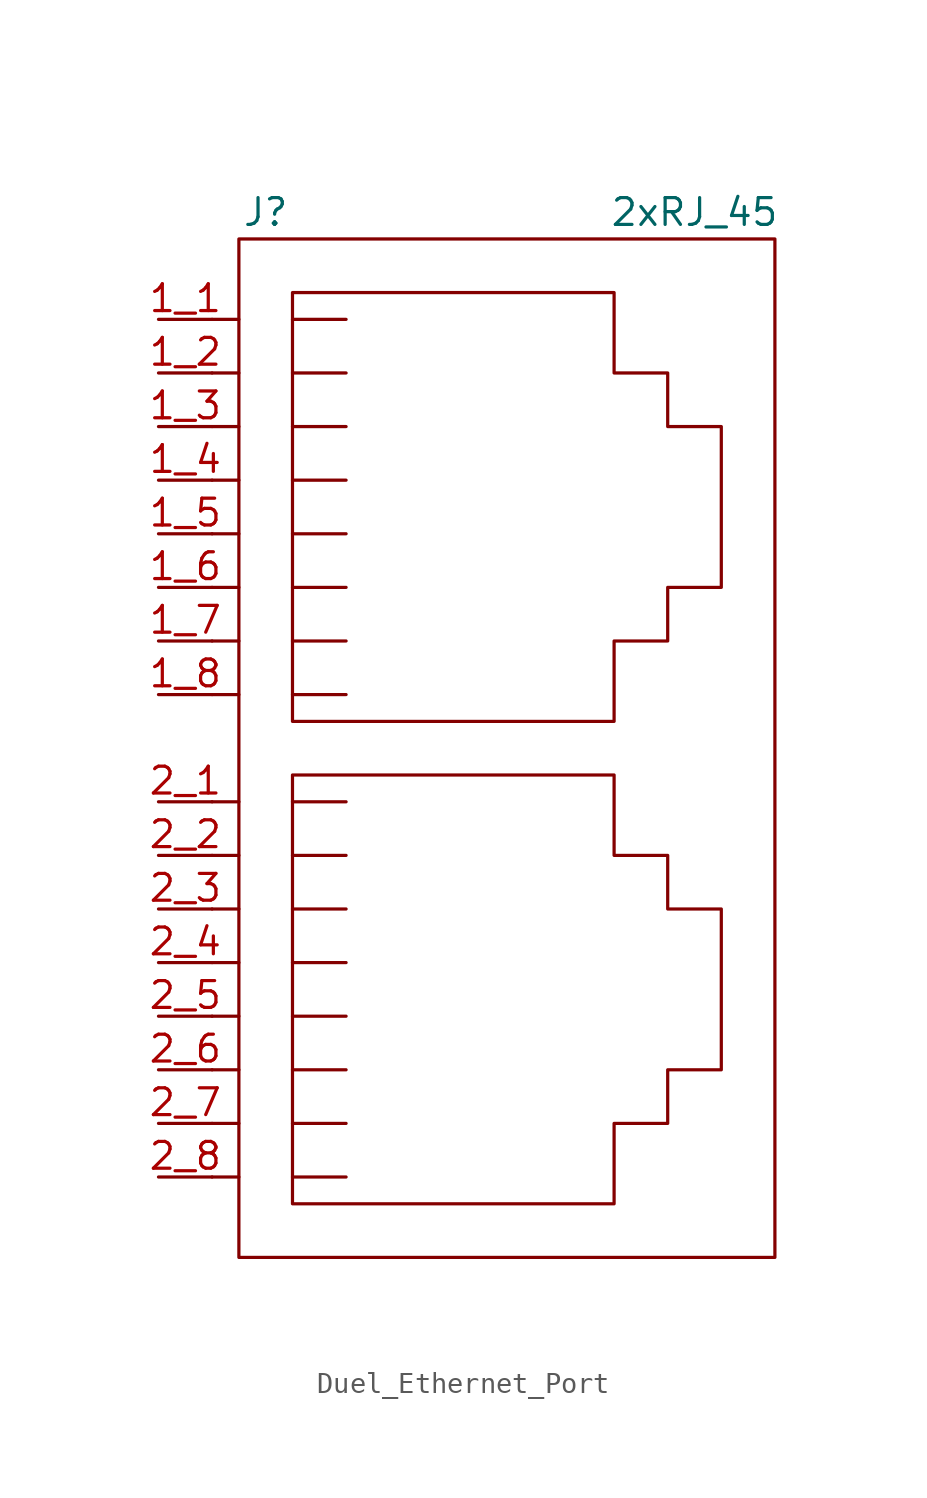
<source format=kicad_sym>
(kicad_symbol_lib
  (version 20220914)
  (generator kicad_symbol_editor)
  (symbol "Duel_Ethernet_Port"
    (property "Reference" "J"
      (at 3.81 3.81 0)
      (effects (font (size 1.27 1.27))))
    (property "Value" "2xRJ_45"
      (at 24.13 3.81 0)
      (effects (font (size 1.27 1.27))))
    (symbol "Duel_Ethernet_Port_0_0"
      (pin passive line (at -1.27 -3.81 0) (length 2.54) (name "" (effects (font (size 1.27 1.27)))) (number "1_2" (effects (font (size 1.27 1.27)))))
      (pin passive line (at -1.27 -26.67 0) (length 2.54) (name "" (effects (font (size 1.27 1.27)))) (number "2_2" (effects (font (size 1.27 1.27))))))
    (symbol "Duel_Ethernet_Port_0_1"
      (polyline (pts (xy 1.27 -41.91) (xy 2.54 -41.91)) (stroke (width 0) (type default)) (fill (type none)))
      (polyline (pts (xy 1.27 -39.37) (xy 2.54 -39.37)) (stroke (width 0) (type default)) (fill (type none)))
      (polyline (pts (xy 1.27 -36.83) (xy 2.54 -36.83)) (stroke (width 0) (type default)) (fill (type none)))
      (polyline (pts (xy 1.27 -34.29) (xy 2.54 -34.29)) (stroke (width 0) (type default)) (fill (type none)))
      (polyline (pts (xy 1.27 -31.75) (xy 2.54 -31.75)) (stroke (width 0) (type default)) (fill (type none)))
      (polyline (pts (xy 1.27 -29.21) (xy 2.54 -29.21)) (stroke (width 0) (type default)) (fill (type none)))
      (polyline (pts (xy 1.27 -26.67) (xy 2.54 -26.67)) (stroke (width 0) (type default)) (fill (type none)))
      (polyline (pts (xy 1.27 -24.13) (xy 2.54 -24.13)) (stroke (width 0) (type default)) (fill (type none)))
      (polyline (pts (xy 1.27 -19.05) (xy 2.54 -19.05)) (stroke (width 0) (type default)) (fill (type none)))
      (polyline (pts (xy 1.27 -16.51) (xy 2.54 -16.51)) (stroke (width 0) (type default)) (fill (type none)))
      (polyline (pts (xy 1.27 -13.97) (xy 2.54 -13.97)) (stroke (width 0) (type default)) (fill (type none)))
      (polyline (pts (xy 1.27 -11.43) (xy 2.54 -11.43)) (stroke (width 0) (type default)) (fill (type none)))
      (polyline (pts (xy 1.27 -8.89) (xy 2.54 -8.89)) (stroke (width 0) (type default)) (fill (type none)))
      (polyline (pts (xy 1.27 -6.35) (xy 2.54 -6.35)) (stroke (width 0) (type default)) (fill (type none)))
      (polyline (pts (xy 1.27 -3.81) (xy 2.54 -3.81)) (stroke (width 0) (type default)) (fill (type none)))
      (polyline (pts (xy 1.27 -1.27) (xy 2.54 -1.27)) (stroke (width 0) (type default)) (fill (type none)))
      (polyline (pts (xy 5.08 -39.37) (xy 7.62 -39.37)) (stroke (width 0) (type default)) (fill (type none)))
      (polyline (pts (xy 5.08 -34.29) (xy 7.62 -34.29)) (stroke (width 0) (type default)) (fill (type none)))
      (polyline (pts (xy 5.08 -29.21) (xy 7.62 -29.21)) (stroke (width 0) (type default)) (fill (type none)))
      (polyline (pts (xy 5.08 -24.13) (xy 7.62 -24.13)) (stroke (width 0) (type default)) (fill (type none)))
      (polyline (pts (xy 5.08 -16.51) (xy 7.62 -16.51)) (stroke (width 0) (type default)) (fill (type none)))
      (polyline (pts (xy 5.08 -11.43) (xy 7.62 -11.43)) (stroke (width 0) (type default)) (fill (type none)))
      (polyline (pts (xy 5.08 -6.35) (xy 7.62 -6.35)) (stroke (width 0) (type default)) (fill (type none)))
      (polyline (pts (xy 5.08 -1.27) (xy 7.62 -1.27)) (stroke (width 0) (type default)) (fill (type none)))
      (polyline (pts (xy 5.08 -41.91) (xy 7.62 -41.91) (xy 7.62 -41.91)) (stroke (width 0) (type default)) (fill (type none)))
      (polyline (pts (xy 5.08 -36.83) (xy 7.62 -36.83) (xy 7.62 -36.83)) (stroke (width 0) (type default)) (fill (type none)))
      (polyline (pts (xy 5.08 -31.75) (xy 7.62 -31.75) (xy 7.62 -31.75)) (stroke (width 0) (type default)) (fill (type none)))
      (polyline (pts (xy 5.08 -26.67) (xy 7.62 -26.67) (xy 7.62 -26.67)) (stroke (width 0) (type default)) (fill (type none)))
      (polyline (pts (xy 5.08 -19.05) (xy 7.62 -19.05) (xy 7.62 -19.05)) (stroke (width 0) (type default)) (fill (type none)))
      (polyline (pts (xy 5.08 -13.97) (xy 7.62 -13.97) (xy 7.62 -13.97)) (stroke (width 0) (type default)) (fill (type none)))
      (polyline (pts (xy 5.08 -8.89) (xy 7.62 -8.89) (xy 7.62 -8.89)) (stroke (width 0) (type default)) (fill (type none)))
      (polyline (pts (xy 5.08 -3.81) (xy 7.62 -3.81) (xy 7.62 -3.81)) (stroke (width 0) (type default)) (fill (type none)))
      (polyline (pts (xy 5.08 -22.86) (xy 5.08 -43.18) (xy 20.32 -43.18) (xy 20.32 -39.37) (xy 22.86 -39.37) (xy 22.86 -36.83) (xy 25.4 -36.83) (xy 25.4 -29.21) (xy 22.86 -29.21) (xy 22.86 -26.67) (xy 20.32 -26.67) (xy 20.32 -22.86) (xy 5.08 -22.86)) (stroke (width 0) (type default)) (fill (type none)))
      (polyline (pts (xy 5.08 0) (xy 5.08 -20.32) (xy 20.32 -20.32) (xy 20.32 -16.51) (xy 22.86 -16.51) (xy 22.86 -13.97) (xy 25.4 -13.97) (xy 25.4 -6.35) (xy 22.86 -6.35) (xy 22.86 -3.81) (xy 20.32 -3.81) (xy 20.32 0) (xy 5.08 0)) (stroke (width 0) (type default)) (fill (type none)))
      (rectangle (start 2.54 2.54) (end 27.94 -45.72) (stroke (width 0) (type default)) (fill (type none))))
    (symbol "Duel_Ethernet_Port_1_0"
      (pin passive line (at -1.27 -1.27 0) (length 2.54) (name "" (effects (font (size 1.27 1.27)))) (number "1_1" (effects (font (size 1.27 1.27)))))
      (pin passive line (at -1.27 -8.89 0) (length 2.54) (name "" (effects (font (size 1.27 1.27)))) (number "1_4" (effects (font (size 1.27 1.27)))))
      (pin passive line (at -1.27 -11.43 0) (length 2.54) (name "" (effects (font (size 1.27 1.27)))) (number "1_5" (effects (font (size 1.27 1.27)))))
      (pin passive line (at -1.27 -16.51 0) (length 2.54) (name "" (effects (font (size 1.27 1.27)))) (number "1_7" (effects (font (size 1.27 1.27)))))
      (pin passive line (at -1.27 -24.13 0) (length 2.54) (name "" (effects (font (size 1.27 1.27)))) (number "2_1" (effects (font (size 1.27 1.27)))))
      (pin passive line (at -1.27 -31.75 0) (length 2.54) (name "" (effects (font (size 1.27 1.27)))) (number "2_4" (effects (font (size 1.27 1.27)))))
      (pin passive line (at -1.27 -34.29 0) (length 2.54) (name "" (effects (font (size 1.27 1.27)))) (number "2_5" (effects (font (size 1.27 1.27)))))
      (pin passive line (at -1.27 -39.37 0) (length 2.54) (name "" (effects (font (size 1.27 1.27)))) (number "2_7" (effects (font (size 1.27 1.27))))))
    (symbol "Duel_Ethernet_Port_1_1"
      (pin passive line (at -1.27 -6.35 0) (length 2.54) (name "" (effects (font (size 1.27 1.27)))) (number "1_3" (effects (font (size 1.27 1.27)))))
      (pin passive line (at -1.27 -13.97 0) (length 2.54) (name "" (effects (font (size 1.27 1.27)))) (number "1_6" (effects (font (size 1.27 1.27)))))
      (pin passive line (at -1.27 -19.05 0) (length 2.54) (name "" (effects (font (size 1.27 1.27)))) (number "1_8" (effects (font (size 1.27 1.27)))))
      (pin passive line (at -1.27 -29.21 0) (length 2.54) (name "" (effects (font (size 1.27 1.27)))) (number "2_3" (effects (font (size 1.27 1.27)))))
      (pin passive line (at -1.27 -36.83 0) (length 2.54) (name "" (effects (font (size 1.27 1.27)))) (number "2_6" (effects (font (size 1.27 1.27)))))
      (pin passive line (at -1.27 -41.91 0) (length 2.54) (name "" (effects (font (size 1.27 1.27)))) (number "2_8" (effects (font (size 1.27 1.27))))))))
</source>
